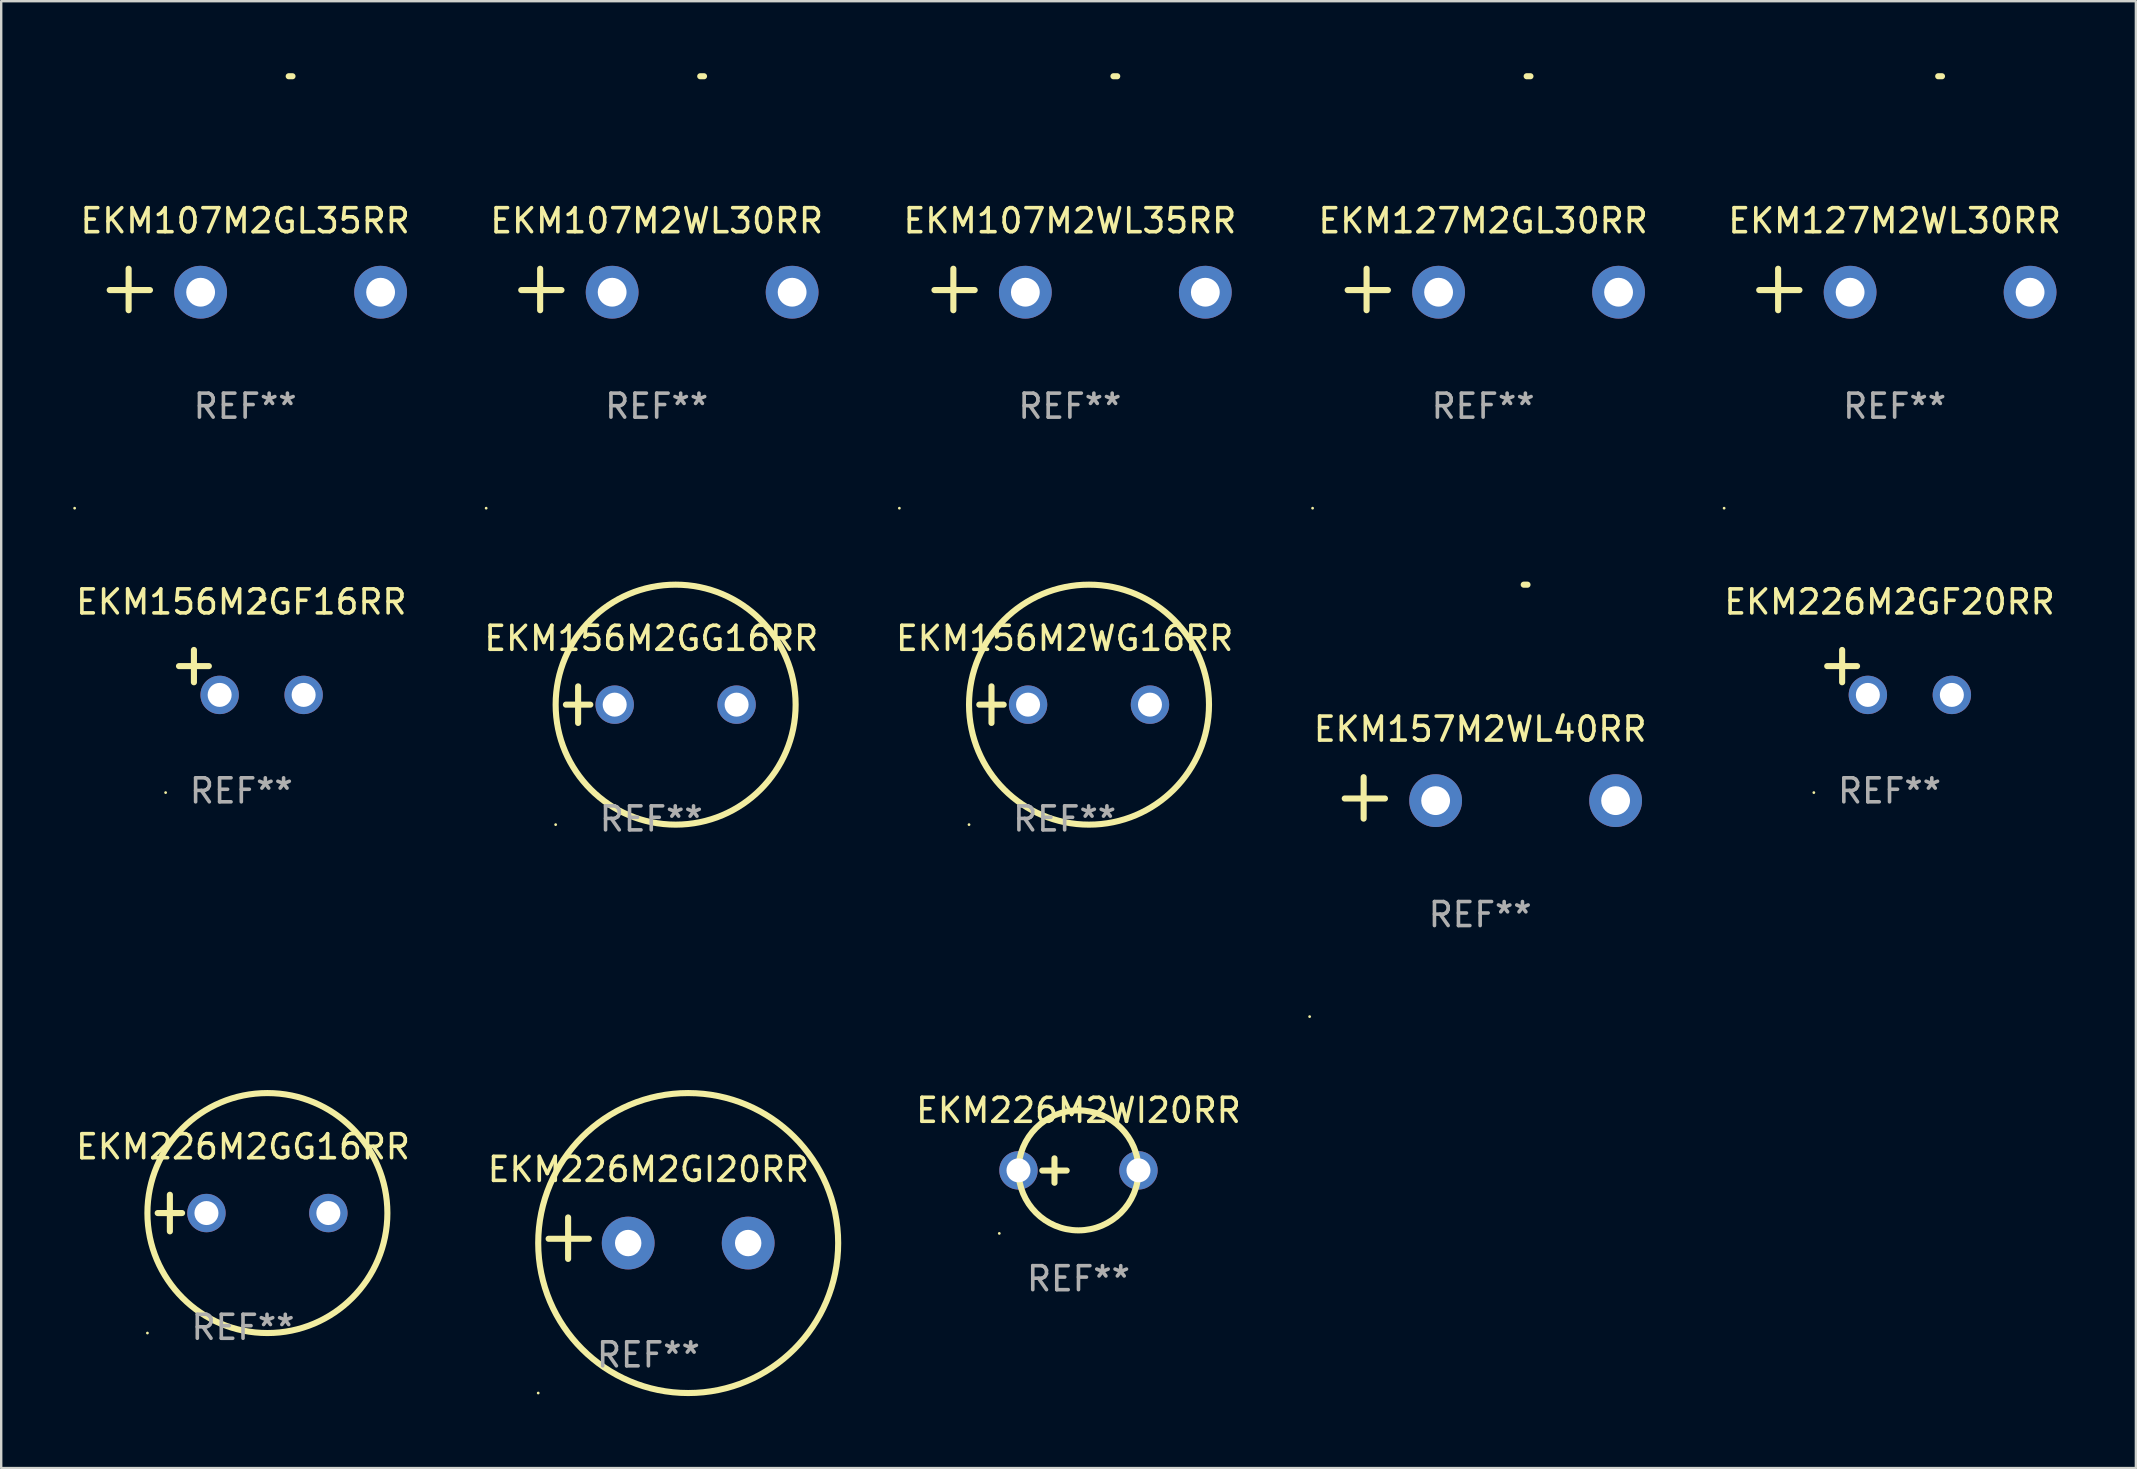
<source format=kicad_pcb>
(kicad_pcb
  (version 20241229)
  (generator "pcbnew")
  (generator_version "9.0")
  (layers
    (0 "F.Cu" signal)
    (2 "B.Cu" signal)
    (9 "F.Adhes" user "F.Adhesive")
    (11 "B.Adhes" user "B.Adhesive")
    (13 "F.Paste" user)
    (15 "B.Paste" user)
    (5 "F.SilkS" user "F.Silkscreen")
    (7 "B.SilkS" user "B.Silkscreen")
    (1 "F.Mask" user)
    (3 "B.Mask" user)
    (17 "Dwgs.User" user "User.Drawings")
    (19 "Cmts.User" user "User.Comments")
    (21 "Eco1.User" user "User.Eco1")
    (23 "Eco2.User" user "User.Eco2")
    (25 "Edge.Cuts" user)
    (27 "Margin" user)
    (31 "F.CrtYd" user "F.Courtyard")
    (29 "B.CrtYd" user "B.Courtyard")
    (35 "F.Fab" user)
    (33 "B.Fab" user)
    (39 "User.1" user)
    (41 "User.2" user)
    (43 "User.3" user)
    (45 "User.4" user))
  (footprint "EKM107M2GL35RR"
    (layer "F.Cu")
    (at 7.166 9.013)
    (property "Reference" "EKM107M2GL35RR" (at 0 -2.864 0) (layer "F.SilkS") (effects (font (size 1 1) (thickness 0.15))))
    (attr through_hole)
    (fp_line (start -4.856 0.864) (end -4.856 -0.864) (stroke (width 0.254) (type solid)) (layer "F.SilkS"))
    (fp_line (start -3.967 0.025) (end -5.644 0.025) (stroke (width 0.254) (type solid)) (layer "F.SilkS"))
    (fp_arc (start 1.815024 -8.885649) (mid 1.893764 -8.88599) (end 1.972504 -8.885649) (stroke (width 0.254001) (type solid)) (layer "F.SilkS"))
    (fp_circle (center -7.106 9.114) (end -7.076 9.114) (stroke (width 0.06) (type solid)) (fill no) (layer "F.SilkS"))
    (fp_text user "REF**" (at 0 4.864 0) (layer "F.Fab") (effects (font (size 1 1) (thickness 0.15))))
    (pad "1" thru_hole circle (at -1.856 0.114) (size 2.2 2.2) (drill 1.2) (layers "*.Cu" "*.Mask"))
    (pad "2" thru_hole circle (at 5.644 0.114) (size 2.2 2.2) (drill 1.2) (layers "*.Cu" "*.Mask")))
  (footprint "EKM156M2WG16RR"
    (layer "F.Cu")
    (at 41.315 26.314)
    (property "Reference" "EKM156M2WG16RR" (at 0 -2.762 0) (layer "F.SilkS") (effects (font (size 1 1) (thickness 0.15))))
    (attr through_hole)
    (fp_line (start -3.556 0) (end -2.54 0) (stroke (width 0.254) (type solid)) (layer "F.SilkS"))
    (fp_line (start -3.048 -0.762) (end -3.048 0.762) (stroke (width 0.254) (type solid)) (layer "F.SilkS"))
    (fp_circle (center -3.984 5) (end -3.954 5) (stroke (width 0.06) (type solid)) (fill no) (layer "F.SilkS"))
    (fp_circle (center 1.016 0) (end 6.016 0) (stroke (width 0.254) (type solid)) (fill no) (layer "F.SilkS"))
    (fp_text user "REF**" (at 0 4.762 0) (layer "F.Fab") (effects (font (size 1 1) (thickness 0.15))))
    (pad "1" thru_hole circle (at -1.524 0) (size 1.6 1.6) (drill 1) (layers "*.Cu" "*.Mask"))
    (pad "2" thru_hole circle (at 3.556 0) (size 1.6 1.6) (drill 1) (layers "*.Cu" "*.Mask")))
  (footprint "EKM127M2WL30RR"
    (layer "F.Cu")
    (at 75.903 9.013)
    (property "Reference" "EKM127M2WL30RR" (at 0 -2.864 0) (layer "F.SilkS") (effects (font (size 1 1) (thickness 0.15))))
    (attr through_hole)
    (fp_line (start -4.856 0.864) (end -4.856 -0.864) (stroke (width 0.254) (type solid)) (layer "F.SilkS"))
    (fp_line (start -3.967 0.025) (end -5.644 0.025) (stroke (width 0.254) (type solid)) (layer "F.SilkS"))
    (fp_arc (start 1.815024 -8.885649) (mid 1.893764 -8.88599) (end 1.972504 -8.885649) (stroke (width 0.254001) (type solid)) (layer "F.SilkS"))
    (fp_circle (center -7.106 9.114) (end -7.076 9.114) (stroke (width 0.06) (type solid)) (fill no) (layer "F.SilkS"))
    (fp_text user "REF**" (at 0 4.864 0) (layer "F.Fab") (effects (font (size 1 1) (thickness 0.15))))
    (pad "1" thru_hole circle (at -1.856 0.114) (size 2.2 2.2) (drill 1.2) (layers "*.Cu" "*.Mask"))
    (pad "2" thru_hole circle (at 5.644 0.114) (size 2.2 2.2) (drill 1.2) (layers "*.Cu" "*.Mask")))
  (footprint "EKM226M2GI20RR"
    (layer "F.Cu")
    (at 23.97 48.547)
    (property "Reference" "EKM226M2GI20RR" (at 0 -2.864 0) (layer "F.SilkS") (effects (font (size 1 1) (thickness 0.15))))
    (attr through_hole)
    (fp_line (start -3.346 0.864) (end -3.346 -0.864) (stroke (width 0.254) (type solid)) (layer "F.SilkS"))
    (fp_line (start -2.482 0.025) (end -4.158 0.025) (stroke (width 0.254) (type solid)) (layer "F.SilkS"))
    (fp_circle (center -4.592 6.453) (end -4.562 6.453) (stroke (width 0.06) (type solid)) (fill no) (layer "F.SilkS"))
    (fp_circle (center 1.658 0.203) (end 7.908 0.203) (stroke (width 0.254) (type solid)) (fill no) (layer "F.SilkS"))
    (fp_text user "REF**" (at 0 4.864 0) (layer "F.Fab") (effects (font (size 1 1) (thickness 0.15))))
    (pad "1" thru_hole circle (at -0.842 0.203) (size 2.2 2.2) (drill 1.1) (layers "*.Cu" "*.Mask"))
    (pad "2" thru_hole circle (at 4.158 0.203) (size 2.2 2.2) (drill 1.1) (layers "*.Cu" "*.Mask")))
  (footprint "EKM107M2WL35RR"
    (layer "F.Cu")
    (at 41.534 9.013)
    (property "Reference" "EKM107M2WL35RR" (at 0 -2.864 0) (layer "F.SilkS") (effects (font (size 1 1) (thickness 0.15))))
    (attr through_hole)
    (fp_line (start -4.856 0.864) (end -4.856 -0.864) (stroke (width 0.254) (type solid)) (layer "F.SilkS"))
    (fp_line (start -3.967 0.025) (end -5.644 0.025) (stroke (width 0.254) (type solid)) (layer "F.SilkS"))
    (fp_arc (start 1.815024 -8.885649) (mid 1.893764 -8.88599) (end 1.972504 -8.885649) (stroke (width 0.254001) (type solid)) (layer "F.SilkS"))
    (fp_circle (center -7.106 9.114) (end -7.076 9.114) (stroke (width 0.06) (type solid)) (fill no) (layer "F.SilkS"))
    (fp_text user "REF**" (at 0 4.864 0) (layer "F.Fab") (effects (font (size 1 1) (thickness 0.15))))
    (pad "1" thru_hole circle (at -1.856 0.114) (size 2.2 2.2) (drill 1.2) (layers "*.Cu" "*.Mask"))
    (pad "2" thru_hole circle (at 5.644 0.114) (size 2.2 2.2) (drill 1.2) (layers "*.Cu" "*.Mask")))
  (footprint "EKM156M2GF16RR"
    (layer "F.Cu")
    (at 7.006 24.971)
    (property "Reference" "EKM156M2GF16RR" (at 0 -2.937 0) (layer "F.SilkS") (effects (font (size 1 1) (thickness 0.15))))
    (attr through_hole)
    (fp_line (start -1.975 0.41) (end -1.975 -0.937) (stroke (width 0.254) (type solid)) (layer "F.SilkS"))
    (fp_line (start -1.353 -0.263) (end -2.597 -0.263) (stroke (width 0.254) (type solid)) (layer "F.SilkS"))
    (fp_arc (start 0.849809 -3.063957) (mid 0.885369 -3.064114) (end 0.920929 -3.063957) (stroke (width 0.254001) (type solid)) (layer "F.SilkS"))
    (fp_circle (center -3.154 5.008) (end -3.124 5.008) (stroke (width 0.06) (type solid)) (fill no) (layer "F.SilkS"))
    (fp_text user "REF**" (at 0 4.937 0) (layer "F.Fab") (effects (font (size 1 1) (thickness 0.15))))
    (pad "1" thru_hole circle (at -0.903 0.937) (size 1.6 1.6) (drill 1) (layers "*.Cu" "*.Mask"))
    (pad "2" thru_hole circle (at 2.597 0.937) (size 1.6 1.6) (drill 1) (layers "*.Cu" "*.Mask")))
  (footprint "EKM226M2GG16RR"
    (layer "F.Cu")
    (at 7.077 47.5)
    (property "Reference" "EKM226M2GG16RR" (at 0 -2.762 0) (layer "F.SilkS") (effects (font (size 1 1) (thickness 0.15))))
    (attr through_hole)
    (fp_line (start -3.556 0) (end -2.54 0) (stroke (width 0.254) (type solid)) (layer "F.SilkS"))
    (fp_line (start -3.048 -0.762) (end -3.048 0.762) (stroke (width 0.254) (type solid)) (layer "F.SilkS"))
    (fp_circle (center -3.984 5) (end -3.954 5) (stroke (width 0.06) (type solid)) (fill no) (layer "F.SilkS"))
    (fp_circle (center 1.016 0) (end 6.016 0) (stroke (width 0.254) (type solid)) (fill no) (layer "F.SilkS"))
    (fp_text user "REF**" (at 0 4.762 0) (layer "F.Fab") (effects (font (size 1 1) (thickness 0.15))))
    (pad "1" thru_hole circle (at -1.524 0) (size 1.6 1.6) (drill 1) (layers "*.Cu" "*.Mask"))
    (pad "2" thru_hole circle (at 3.556 0) (size 1.6 1.6) (drill 1) (layers "*.Cu" "*.Mask")))
  (footprint "EKM156M2GG16RR"
    (layer "F.Cu")
    (at 24.089 26.314)
    (property "Reference" "EKM156M2GG16RR" (at 0 -2.762 0) (layer "F.SilkS") (effects (font (size 1 1) (thickness 0.15))))
    (attr through_hole)
    (fp_line (start -3.556 0) (end -2.54 0) (stroke (width 0.254) (type solid)) (layer "F.SilkS"))
    (fp_line (start -3.048 -0.762) (end -3.048 0.762) (stroke (width 0.254) (type solid)) (layer "F.SilkS"))
    (fp_circle (center -3.984 5) (end -3.954 5) (stroke (width 0.06) (type solid)) (fill no) (layer "F.SilkS"))
    (fp_circle (center 1.016 0) (end 6.016 0) (stroke (width 0.254) (type solid)) (fill no) (layer "F.SilkS"))
    (fp_text user "REF**" (at 0 4.762 0) (layer "F.Fab") (effects (font (size 1 1) (thickness 0.15))))
    (pad "1" thru_hole circle (at -1.524 0) (size 1.6 1.6) (drill 1) (layers "*.Cu" "*.Mask"))
    (pad "2" thru_hole circle (at 3.556 0) (size 1.6 1.6) (drill 1) (layers "*.Cu" "*.Mask")))
  (footprint "EKM226M2GF20RR"
    (layer "F.Cu")
    (at 75.69 24.971)
    (property "Reference" "EKM226M2GF20RR" (at 0 -2.937 0) (layer "F.SilkS") (effects (font (size 1 1) (thickness 0.15))))
    (attr through_hole)
    (fp_line (start -1.975 0.41) (end -1.975 -0.937) (stroke (width 0.254) (type solid)) (layer "F.SilkS"))
    (fp_line (start -1.353 -0.263) (end -2.597 -0.263) (stroke (width 0.254) (type solid)) (layer "F.SilkS"))
    (fp_arc (start 0.849809 -3.063957) (mid 0.885369 -3.064114) (end 0.920929 -3.063957) (stroke (width 0.254001) (type solid)) (layer "F.SilkS"))
    (fp_circle (center -3.154 5.008) (end -3.124 5.008) (stroke (width 0.06) (type solid)) (fill no) (layer "F.SilkS"))
    (fp_text user "REF**" (at 0 4.937 0) (layer "F.Fab") (effects (font (size 1 1) (thickness 0.15))))
    (pad "1" thru_hole circle (at -0.903 0.937) (size 1.6 1.6) (drill 1) (layers "*.Cu" "*.Mask"))
    (pad "2" thru_hole circle (at 2.597 0.937) (size 1.6 1.6) (drill 1) (layers "*.Cu" "*.Mask")))
  (footprint "EKM157M2WL40RR"
    (layer "F.Cu")
    (at 58.631 30.2)
    (property "Reference" "EKM157M2WL40RR" (at 0 -2.864 0) (layer "F.SilkS") (effects (font (size 1 1) (thickness 0.15))))
    (attr through_hole)
    (fp_line (start -4.856 0.864) (end -4.856 -0.864) (stroke (width 0.254) (type solid)) (layer "F.SilkS"))
    (fp_line (start -3.967 0.025) (end -5.644 0.025) (stroke (width 0.254) (type solid)) (layer "F.SilkS"))
    (fp_arc (start 1.815024 -8.885649) (mid 1.893764 -8.88599) (end 1.972504 -8.885649) (stroke (width 0.254001) (type solid)) (layer "F.SilkS"))
    (fp_circle (center -7.106 9.114) (end -7.076 9.114) (stroke (width 0.06) (type solid)) (fill no) (layer "F.SilkS"))
    (fp_text user "REF**" (at 0 4.864 0) (layer "F.Fab") (effects (font (size 1 1) (thickness 0.15))))
    (pad "1" thru_hole circle (at -1.856 0.114) (size 2.2 2.2) (drill 1.2) (layers "*.Cu" "*.Mask"))
    (pad "2" thru_hole circle (at 5.644 0.114) (size 2.2 2.2) (drill 1.2) (layers "*.Cu" "*.Mask")))
  (footprint "EKM107M2WL30RR"
    (layer "F.Cu")
    (at 24.315 9.013)
    (property "Reference" "EKM107M2WL30RR" (at 0 -2.864 0) (layer "F.SilkS") (effects (font (size 1 1) (thickness 0.15))))
    (attr through_hole)
    (fp_line (start -4.856 0.864) (end -4.856 -0.864) (stroke (width 0.254) (type solid)) (layer "F.SilkS"))
    (fp_line (start -3.967 0.025) (end -5.644 0.025) (stroke (width 0.254) (type solid)) (layer "F.SilkS"))
    (fp_arc (start 1.815024 -8.885649) (mid 1.893764 -8.88599) (end 1.972504 -8.885649) (stroke (width 0.254001) (type solid)) (layer "F.SilkS"))
    (fp_circle (center -7.106 9.114) (end -7.076 9.114) (stroke (width 0.06) (type solid)) (fill no) (layer "F.SilkS"))
    (fp_text user "REF**" (at 0 4.864 0) (layer "F.Fab") (effects (font (size 1 1) (thickness 0.15))))
    (pad "1" thru_hole circle (at -1.856 0.114) (size 2.2 2.2) (drill 1.2) (layers "*.Cu" "*.Mask"))
    (pad "2" thru_hole circle (at 5.644 0.114) (size 2.2 2.2) (drill 1.2) (layers "*.Cu" "*.Mask")))
  (footprint "EKM127M2GL30RR"
    (layer "F.Cu")
    (at 58.754 9.013)
    (property "Reference" "EKM127M2GL30RR" (at 0 -2.864 0) (layer "F.SilkS") (effects (font (size 1 1) (thickness 0.15))))
    (attr through_hole)
    (fp_line (start -4.856 0.864) (end -4.856 -0.864) (stroke (width 0.254) (type solid)) (layer "F.SilkS"))
    (fp_line (start -3.967 0.025) (end -5.644 0.025) (stroke (width 0.254) (type solid)) (layer "F.SilkS"))
    (fp_arc (start 1.815024 -8.885649) (mid 1.893764 -8.88599) (end 1.972504 -8.885649) (stroke (width 0.254001) (type solid)) (layer "F.SilkS"))
    (fp_circle (center -7.106 9.114) (end -7.076 9.114) (stroke (width 0.06) (type solid)) (fill no) (layer "F.SilkS"))
    (fp_text user "REF**" (at 0 4.864 0) (layer "F.Fab") (effects (font (size 1 1) (thickness 0.15))))
    (pad "1" thru_hole circle (at -1.856 0.114) (size 2.2 2.2) (drill 1.2) (layers "*.Cu" "*.Mask"))
    (pad "2" thru_hole circle (at 5.644 0.114) (size 2.2 2.2) (drill 1.2) (layers "*.Cu" "*.Mask")))
  (footprint "EKM226M2WI20RR"
    (layer "F.Cu")
    (at 41.892 45.729)
    (property "Reference" "EKM226M2WI20RR" (at 0 -2.508 0) (layer "F.SilkS") (effects (font (size 1 1) (thickness 0.15))))
    (attr through_hole)
    (fp_line (start -1.508 0) (end -0.492 0) (stroke (width 0.254) (type solid)) (layer "F.SilkS"))
    (fp_line (start -1 -0.508) (end -1 0.508) (stroke (width 0.254) (type solid)) (layer "F.SilkS"))
    (fp_circle (center -3.3 2.619) (end -3.27 2.619) (stroke (width 0.06) (type solid)) (fill no) (layer "F.SilkS"))
    (fp_circle (center -0.000127 -0.008) (end 2.5 -0.008) (stroke (width 0.254) (type solid)) (fill no) (layer "F.SilkS"))
    (fp_text user "REF**" (at 0 4.508 0) (layer "F.Fab") (effects (font (size 1 1) (thickness 0.15))))
    (pad "1" thru_hole circle (at -2.5 -0.008) (size 1.6 1.6) (drill 1) (layers "*.Cu" "*.Mask"))
    (pad "2" thru_hole circle (at 2.5 -0.008) (size 1.6 1.6) (drill 1) (layers "*.Cu" "*.Mask")))
  (gr_rect
    (start -3 -3)
    (end 85.956 58.127)
    (stroke (width 0.1) (type default))
    (fill no)
    (layer "Edge.Cuts")))
</source>
